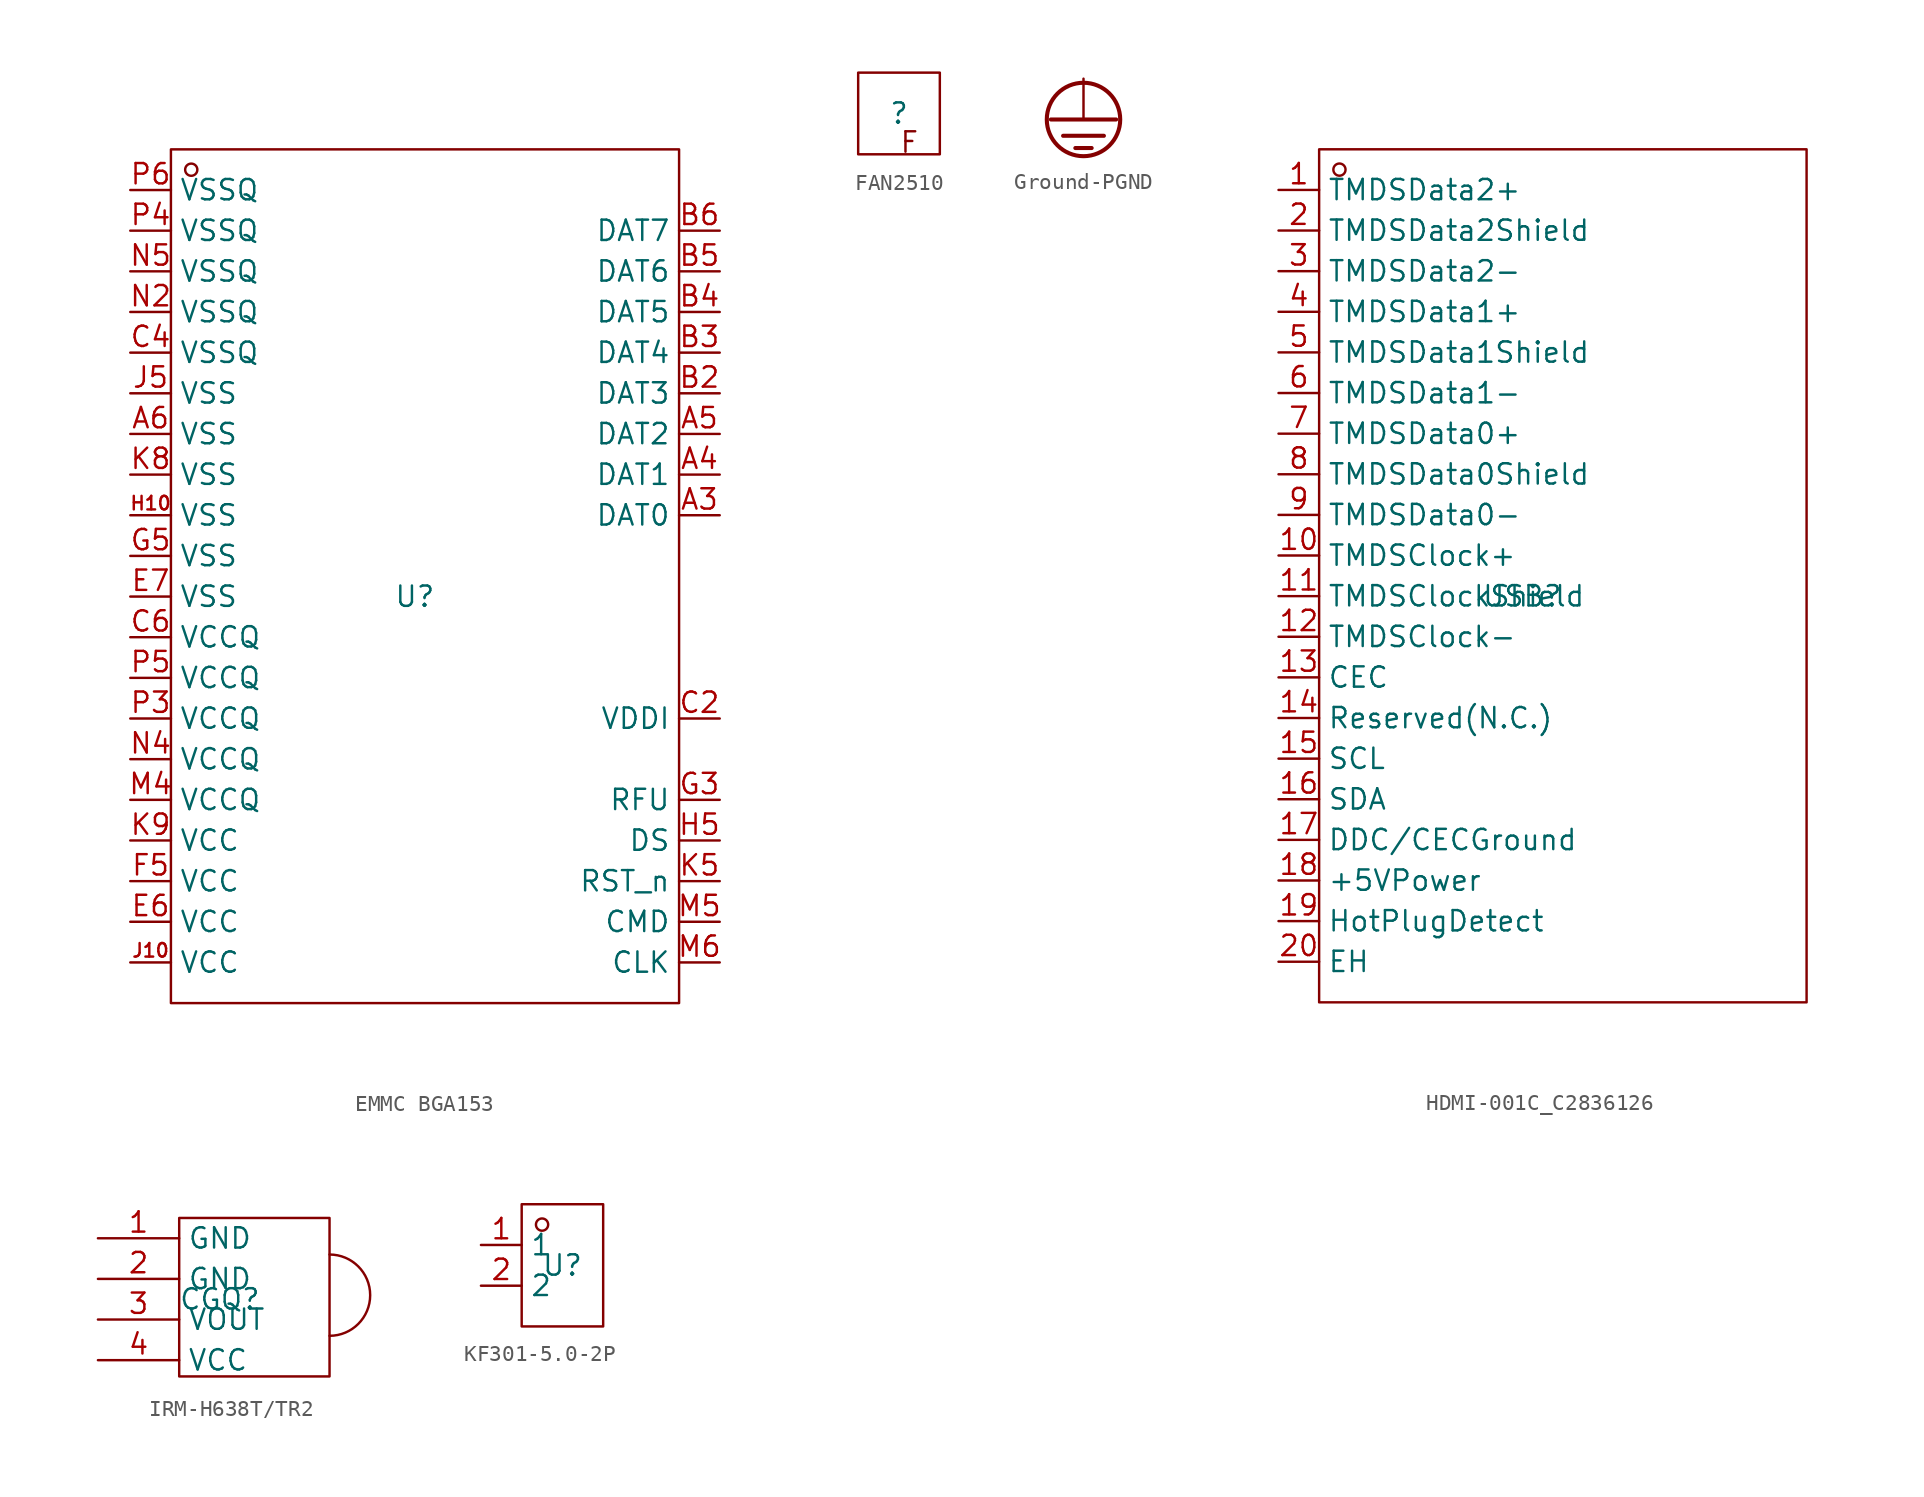
<source format=kicad_sym>
(kicad_symbol_lib
  (version 20231120)
  (generator "kicad_symbol_editor")
  (generator_version "8.0")
  (symbol "EMMC BGA153"
    (property "Reference" "U"
      (at 0 0 0)
      (effects (font (size 1.27 1.27))))
    (property "Value" ""
      (at 0 0 0)
      (effects (font (size 1.27 1.27))))
    (symbol "EMMC BGA153_1_0"
      (rectangle (start -15.24 -25.4) (end 16.51 27.94) (stroke (width 0) (type default)) (fill (type none)))
      (circle (center -13.97 26.67) (radius 0.381) (stroke (width 0) (type default)) (fill (type none)))
      (pin unspecified line (at 19.05 5.08 180) (length 2.54) (name "DAT0" (effects (font (size 1.27 1.27)))) (number "A3" (effects (font (size 1.27 1.27)))))
      (pin unspecified line (at 19.05 7.62 180) (length 2.54) (name "DAT1" (effects (font (size 1.27 1.27)))) (number "A4" (effects (font (size 1.27 1.27)))))
      (pin unspecified line (at 19.05 10.16 180) (length 2.54) (name "DAT2" (effects (font (size 1.27 1.27)))) (number "A5" (effects (font (size 1.27 1.27)))))
      (pin unspecified line (at -17.78 10.16 0) (length 2.54) (name "VSS" (effects (font (size 1.27 1.27)))) (number "A6" (effects (font (size 1.27 1.27)))))
      (pin unspecified line (at 19.05 12.7 180) (length 2.54) (name "DAT3" (effects (font (size 1.27 1.27)))) (number "B2" (effects (font (size 1.27 1.27)))))
      (pin unspecified line (at 19.05 15.24 180) (length 2.54) (name "DAT4" (effects (font (size 1.27 1.27)))) (number "B3" (effects (font (size 1.27 1.27)))))
      (pin unspecified line (at 19.05 17.78 180) (length 2.54) (name "DAT5" (effects (font (size 1.27 1.27)))) (number "B4" (effects (font (size 1.27 1.27)))))
      (pin unspecified line (at 19.05 20.32 180) (length 2.54) (name "DAT6" (effects (font (size 1.27 1.27)))) (number "B5" (effects (font (size 1.27 1.27)))))
      (pin unspecified line (at 19.05 22.86 180) (length 2.54) (name "DAT7" (effects (font (size 1.27 1.27)))) (number "B6" (effects (font (size 1.27 1.27)))))
      (pin unspecified line (at 19.05 -7.62 180) (length 2.54) (name "VDDI" (effects (font (size 1.27 1.27)))) (number "C2" (effects (font (size 1.27 1.27)))))
      (pin unspecified line (at -17.78 15.24 0) (length 2.54) (name "VSSQ" (effects (font (size 1.27 1.27)))) (number "C4" (effects (font (size 1.27 1.27)))))
      (pin unspecified line (at -17.78 -2.54 0) (length 2.54) (name "VCCQ" (effects (font (size 1.27 1.27)))) (number "C6" (effects (font (size 1.27 1.27)))))
      (pin unspecified line (at -17.78 -20.32 0) (length 2.54) (name "VCC" (effects (font (size 1.27 1.27)))) (number "E6" (effects (font (size 1.27 1.27)))))
      (pin unspecified line (at -17.78 0 0) (length 2.54) (name "VSS" (effects (font (size 1.27 1.27)))) (number "E7" (effects (font (size 1.27 1.27)))))
      (pin unspecified line (at -17.78 -17.78 0) (length 2.54) (name "VCC" (effects (font (size 1.27 1.27)))) (number "F5" (effects (font (size 1.27 1.27)))))
      (pin unspecified line (at 19.05 -12.7 180) (length 2.54) (name "RFU" (effects (font (size 1.27 1.27)))) (number "G3" (effects (font (size 1.27 1.27)))))
      (pin unspecified line (at -17.78 2.54 0) (length 2.54) (name "VSS" (effects (font (size 1.27 1.27)))) (number "G5" (effects (font (size 1.27 1.27)))))
      (pin unspecified line (at -17.78 5.08 0) (length 2.54) (name "VSS" (effects (font (size 1.27 1.27)))) (number "H10" (effects (font (size 0.847 0.847)))))
      (pin unspecified line (at 19.05 -15.24 180) (length 2.54) (name "DS" (effects (font (size 1.27 1.27)))) (number "H5" (effects (font (size 1.27 1.27)))))
      (pin unspecified line (at -17.78 -22.86 0) (length 2.54) (name "VCC" (effects (font (size 1.27 1.27)))) (number "J10" (effects (font (size 0.847 0.847)))))
      (pin unspecified line (at -17.78 12.7 0) (length 2.54) (name "VSS" (effects (font (size 1.27 1.27)))) (number "J5" (effects (font (size 1.27 1.27)))))
      (pin unspecified line (at 19.05 -17.78 180) (length 2.54) (name "RST_n" (effects (font (size 1.27 1.27)))) (number "K5" (effects (font (size 1.27 1.27)))))
      (pin unspecified line (at -17.78 7.62 0) (length 2.54) (name "VSS" (effects (font (size 1.27 1.27)))) (number "K8" (effects (font (size 1.27 1.27)))))
      (pin unspecified line (at -17.78 -15.24 0) (length 2.54) (name "VCC" (effects (font (size 1.27 1.27)))) (number "K9" (effects (font (size 1.27 1.27)))))
      (pin unspecified line (at -17.78 -12.7 0) (length 2.54) (name "VCCQ" (effects (font (size 1.27 1.27)))) (number "M4" (effects (font (size 1.27 1.27)))))
      (pin unspecified line (at 19.05 -20.32 180) (length 2.54) (name "CMD" (effects (font (size 1.27 1.27)))) (number "M5" (effects (font (size 1.27 1.27)))))
      (pin unspecified line (at 19.05 -22.86 180) (length 2.54) (name "CLK" (effects (font (size 1.27 1.27)))) (number "M6" (effects (font (size 1.27 1.27)))))
      (pin unspecified line (at -17.78 17.78 0) (length 2.54) (name "VSSQ" (effects (font (size 1.27 1.27)))) (number "N2" (effects (font (size 1.27 1.27)))))
      (pin unspecified line (at -17.78 -10.16 0) (length 2.54) (name "VCCQ" (effects (font (size 1.27 1.27)))) (number "N4" (effects (font (size 1.27 1.27)))))
      (pin unspecified line (at -17.78 20.32 0) (length 2.54) (name "VSSQ" (effects (font (size 1.27 1.27)))) (number "N5" (effects (font (size 1.27 1.27)))))
      (pin unspecified line (at -17.78 -7.62 0) (length 2.54) (name "VCCQ" (effects (font (size 1.27 1.27)))) (number "P3" (effects (font (size 1.27 1.27)))))
      (pin unspecified line (at -17.78 22.86 0) (length 2.54) (name "VSSQ" (effects (font (size 1.27 1.27)))) (number "P4" (effects (font (size 1.27 1.27)))))
      (pin unspecified line (at -17.78 -5.08 0) (length 2.54) (name "VCCQ" (effects (font (size 1.27 1.27)))) (number "P5" (effects (font (size 1.27 1.27)))))
      (pin unspecified line (at -17.78 25.4 0) (length 2.54) (name "VSSQ" (effects (font (size 1.27 1.27)))) (number "P6" (effects (font (size 1.27 1.27)))))))
  (symbol "FAN2510"
    (property "Reference" ""
      (at 0 0 0)
      (effects (font (size 1.27 1.27))))
    (property "Value" ""
      (at 0 0 0)
      (effects (font (size 1.27 1.27))))
    (symbol "FAN2510_1_0"
      (rectangle (start -2.54 2.54) (end 2.54 -2.54) (stroke (width 0) (type default)) (fill (type none)))
      (text "F" (at 0 -2.54 0) (effects (font (size 1.27 1.27)) (justify left bottom)))))
  (symbol "Ground-PGND"
    (power)
    (pin_numbers hide)
    (pin_names hide)
    (property "Reference" "#PWR"
      (at 0 0 0)
      (effects (font (size 1.27 1.27)) (hide yes)))
    (symbol "Ground-PGND_1_0"
      (circle (center 0 -2.54) (radius 2.286) (stroke (width 0.254) (type solid)) (fill (type none)))
      (polyline (pts (xy -2.032 -2.54) (xy 2.032 -2.54)) (stroke (width 0.254) (type default)) (fill (type none)))
      (polyline (pts (xy -1.27 -3.556) (xy 1.27 -3.556)) (stroke (width 0.254) (type default)) (fill (type none)))
      (polyline (pts (xy -0.508 -4.318) (xy 0.508 -4.318)) (stroke (width 0.254) (type default)) (fill (type none)))
      (pin power_in line (at 0 0 270) (length 2.54) (name "" (effects (font (size 1.27 1.27)))) (number "1" (effects (font (size 0.025 0.025)))))))
  (symbol "HDMI-001C_C2836126"
    (property "Reference" "USB"
      (at 0 0 0)
      (effects (font (size 1.27 1.27))))
    (property "Value" ""
      (at 0 0 0)
      (effects (font (size 1.27 1.27))))
    (symbol "HDMI-001C_C2836126_1_0"
      (rectangle (start -12.7 -25.4) (end 17.78 27.94) (stroke (width 0) (type default)) (fill (type none)))
      (circle (center -11.43 26.67) (radius 0.381) (stroke (width 0) (type default)) (fill (type none)))
      (pin unspecified line (at -15.24 25.4 0) (length 2.54) (name "TMDSData2+" (effects (font (size 1.27 1.27)))) (number "1" (effects (font (size 1.27 1.27)))))
      (pin unspecified line (at -15.24 2.54 0) (length 2.54) (name "TMDSClock+" (effects (font (size 1.27 1.27)))) (number "10" (effects (font (size 1.27 1.27)))))
      (pin unspecified line (at -15.24 0 0) (length 2.54) (name "TMDSClockShield" (effects (font (size 1.27 1.27)))) (number "11" (effects (font (size 1.27 1.27)))))
      (pin unspecified line (at -15.24 -2.54 0) (length 2.54) (name "TMDSClock-" (effects (font (size 1.27 1.27)))) (number "12" (effects (font (size 1.27 1.27)))))
      (pin unspecified line (at -15.24 -5.08 0) (length 2.54) (name "CEC" (effects (font (size 1.27 1.27)))) (number "13" (effects (font (size 1.27 1.27)))))
      (pin unspecified line (at -15.24 -7.62 0) (length 2.54) (name "Reserved(N.C.)" (effects (font (size 1.27 1.27)))) (number "14" (effects (font (size 1.27 1.27)))))
      (pin unspecified line (at -15.24 -10.16 0) (length 2.54) (name "SCL" (effects (font (size 1.27 1.27)))) (number "15" (effects (font (size 1.27 1.27)))))
      (pin unspecified line (at -15.24 -12.7 0) (length 2.54) (name "SDA" (effects (font (size 1.27 1.27)))) (number "16" (effects (font (size 1.27 1.27)))))
      (pin unspecified line (at -15.24 -15.24 0) (length 2.54) (name "DDC/CECGround" (effects (font (size 1.27 1.27)))) (number "17" (effects (font (size 1.27 1.27)))))
      (pin unspecified line (at -15.24 -17.78 0) (length 2.54) (name "+5VPower" (effects (font (size 1.27 1.27)))) (number "18" (effects (font (size 1.27 1.27)))))
      (pin unspecified line (at -15.24 -20.32 0) (length 2.54) (name "HotPlugDetect" (effects (font (size 1.27 1.27)))) (number "19" (effects (font (size 1.27 1.27)))))
      (pin unspecified line (at -15.24 22.86 0) (length 2.54) (name "TMDSData2Shield" (effects (font (size 1.27 1.27)))) (number "2" (effects (font (size 1.27 1.27)))))
      (pin unspecified line (at -15.24 -22.86 0) (length 2.54) (name "EH" (effects (font (size 1.27 1.27)))) (number "20" (effects (font (size 1.27 1.27)))))
      (pin unspecified line (at -15.24 20.32 0) (length 2.54) (name "TMDSData2-" (effects (font (size 1.27 1.27)))) (number "3" (effects (font (size 1.27 1.27)))))
      (pin unspecified line (at -15.24 17.78 0) (length 2.54) (name "TMDSData1+" (effects (font (size 1.27 1.27)))) (number "4" (effects (font (size 1.27 1.27)))))
      (pin unspecified line (at -15.24 15.24 0) (length 2.54) (name "TMDSData1Shield" (effects (font (size 1.27 1.27)))) (number "5" (effects (font (size 1.27 1.27)))))
      (pin unspecified line (at -15.24 12.7 0) (length 2.54) (name "TMDSData1-" (effects (font (size 1.27 1.27)))) (number "6" (effects (font (size 1.27 1.27)))))
      (pin unspecified line (at -15.24 10.16 0) (length 2.54) (name "TMDSData0+" (effects (font (size 1.27 1.27)))) (number "7" (effects (font (size 1.27 1.27)))))
      (pin unspecified line (at -15.24 7.62 0) (length 2.54) (name "TMDSData0Shield" (effects (font (size 1.27 1.27)))) (number "8" (effects (font (size 1.27 1.27)))))
      (pin unspecified line (at -15.24 5.08 0) (length 2.54) (name "TMDSData0-" (effects (font (size 1.27 1.27)))) (number "9" (effects (font (size 1.27 1.27)))))))
  (symbol "IRM-H638T/TR2"
    (property "Reference" "CGQ"
      (at 0 0 0)
      (effects (font (size 1.27 1.27))))
    (property "Value" ""
      (at 0 0 0)
      (effects (font (size 1.27 1.27))))
    (symbol "IRM-H638T/TR2_1_0"
      (rectangle (start -2.54 -4.826) (end 6.858 5.08) (stroke (width 0) (type default)) (fill (type none)))
      (arc (start 6.858 -2.286) (mid 9.398 0.254) (end 6.858 2.794) (stroke (width 0) (type default)) (fill (type none)))
      (pin input line (at -7.62 3.81 0) (length 5.08) (name "GND" (effects (font (size 1.27 1.27)))) (number "1" (effects (font (size 1.27 1.27)))))
      (pin input line (at -7.62 1.27 0) (length 5.08) (name "GND" (effects (font (size 1.27 1.27)))) (number "2" (effects (font (size 1.27 1.27)))))
      (pin input line (at -7.62 -1.27 0) (length 5.08) (name "VOUT" (effects (font (size 1.27 1.27)))) (number "3" (effects (font (size 1.27 1.27)))))
      (pin input line (at -7.62 -3.81 0) (length 5.08) (name "VCC" (effects (font (size 1.27 1.27)))) (number "4" (effects (font (size 1.27 1.27)))))))
  (symbol "KF301-5.0-2P"
    (property "Reference" "U"
      (at 0 0 0)
      (effects (font (size 1.27 1.27))))
    (property "Value" ""
      (at 0 0 0)
      (effects (font (size 1.27 1.27))))
    (symbol "KF301-5.0-2P_1_0"
      (rectangle (start -2.54 -3.81) (end 2.54 3.81) (stroke (width 0) (type default)) (fill (type none)))
      (circle (center -1.27 2.54) (radius 0.381) (stroke (width 0) (type default)) (fill (type none)))
      (pin unspecified line (at -5.08 1.27 0) (length 2.54) (name "1" (effects (font (size 1.27 1.27)))) (number "1" (effects (font (size 1.27 1.27)))))
      (pin unspecified line (at -5.08 -1.27 0) (length 2.54) (name "2" (effects (font (size 1.27 1.27)))) (number "2" (effects (font (size 1.27 1.27))))))))
</source>
